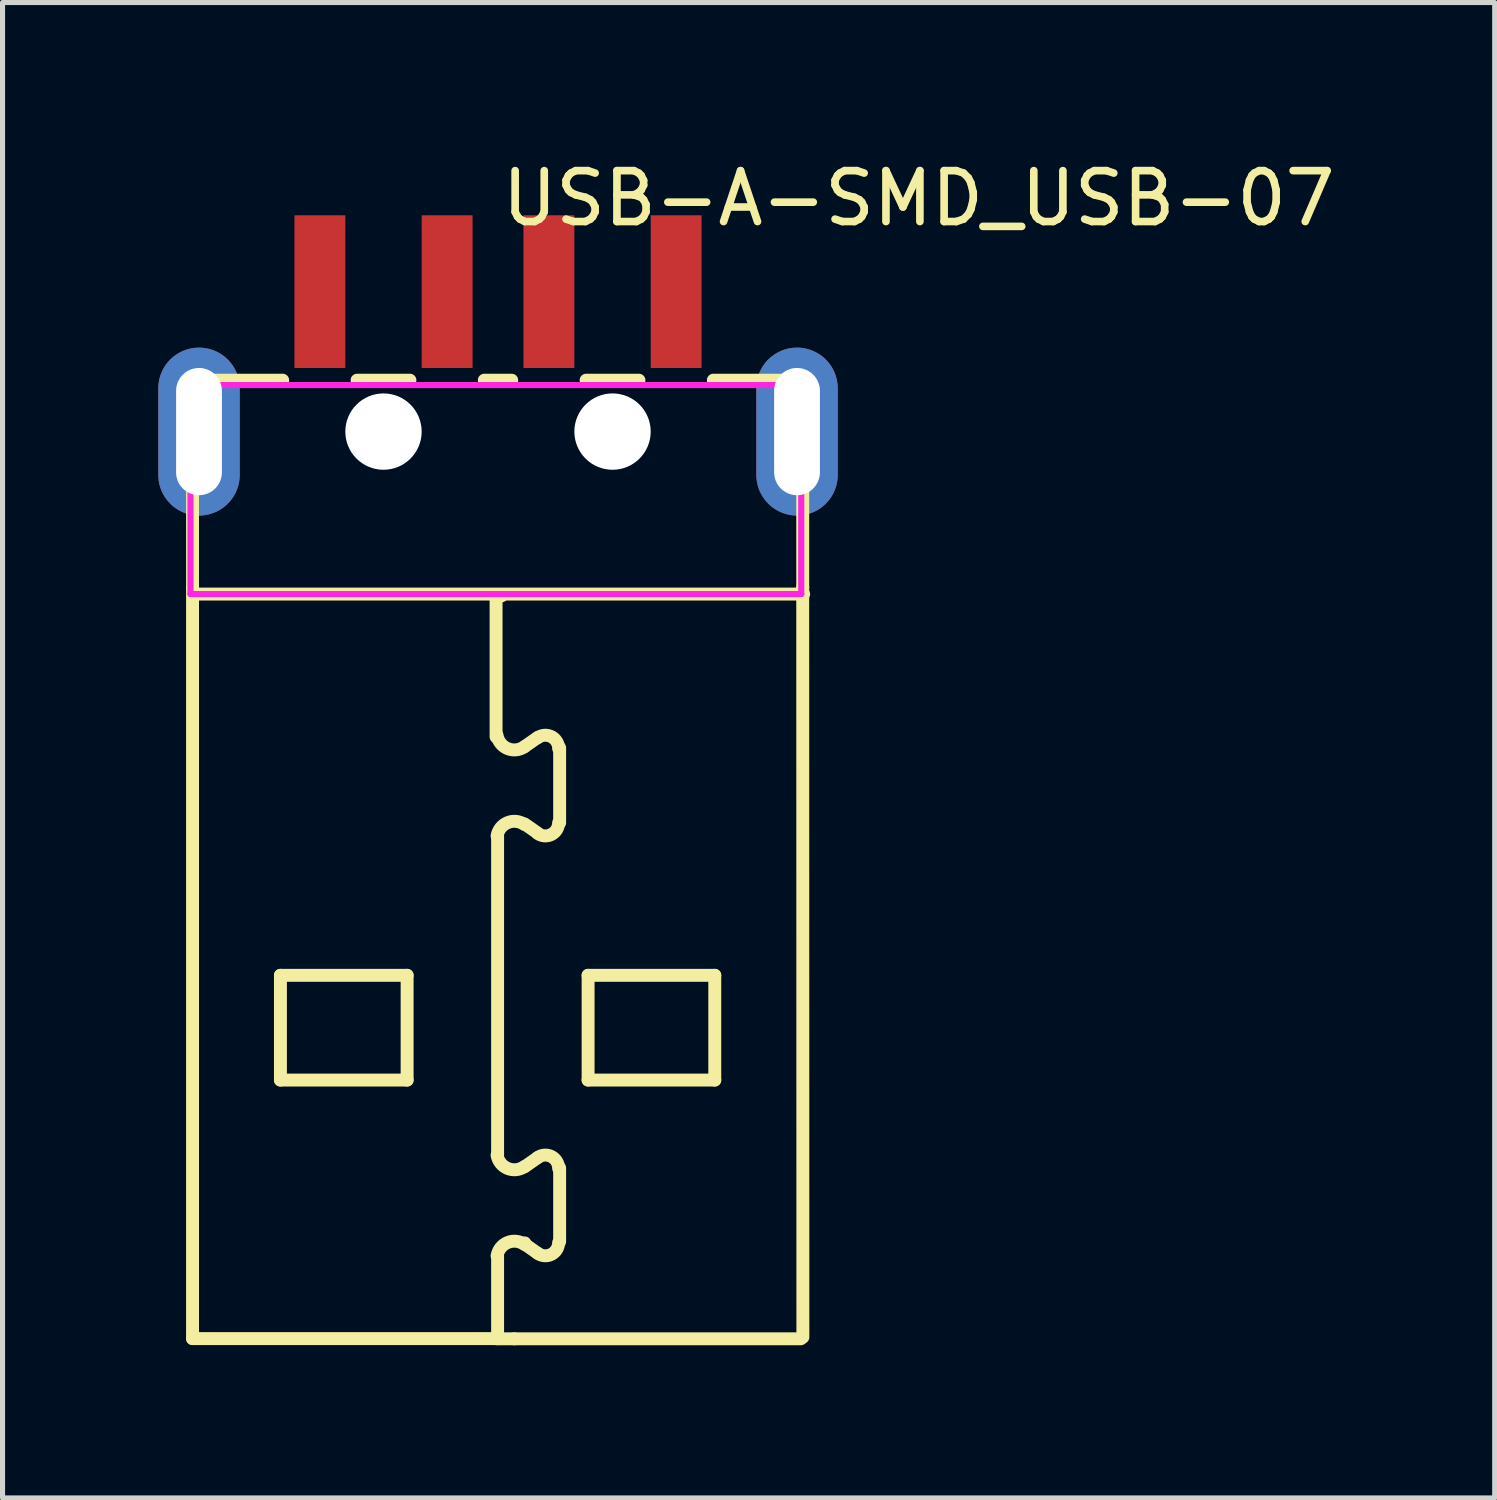
<source format=kicad_pcb>
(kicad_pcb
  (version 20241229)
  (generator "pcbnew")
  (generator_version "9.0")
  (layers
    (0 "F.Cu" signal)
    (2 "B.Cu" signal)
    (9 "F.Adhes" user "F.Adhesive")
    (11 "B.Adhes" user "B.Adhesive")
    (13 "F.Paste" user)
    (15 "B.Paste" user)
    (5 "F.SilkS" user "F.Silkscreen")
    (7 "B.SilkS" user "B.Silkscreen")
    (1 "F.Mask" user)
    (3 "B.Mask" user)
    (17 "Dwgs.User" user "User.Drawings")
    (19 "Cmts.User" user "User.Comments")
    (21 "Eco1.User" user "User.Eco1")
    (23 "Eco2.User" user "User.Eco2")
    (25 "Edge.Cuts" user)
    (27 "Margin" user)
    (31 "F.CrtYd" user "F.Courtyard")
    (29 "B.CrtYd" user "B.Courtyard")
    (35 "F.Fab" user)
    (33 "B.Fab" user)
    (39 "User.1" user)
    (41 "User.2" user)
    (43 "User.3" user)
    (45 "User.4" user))
  (footprint "USB-A-SMD_USB-07"
    (layer "F.Cu")
    (at 6.735 4.055)
    (property "Reference" "USB-A-SMD_USB-07" (at 0 -3.207 0) (layer "F.SilkS") (effects (font (size 1 1) (thickness 0.15)) (justify left)))
    (attr through_hole)
    (fp_line (start -6.096 0.365) (end -4.231 0.365) (stroke (width 0.254) (type solid)) (layer "F.SilkS"))
    (fp_line (start -6.096 0.672) (end -6.096 0.365) (stroke (width 0.254) (type solid)) (layer "F.SilkS"))
    (fp_line (start -6.002 2.533) (end -6.002 4.438) (stroke (width 0.254) (type solid)) (layer "F.SilkS"))
    (fp_line (start -6.002 19.196) (end -6.002 4.438) (stroke (width 0.254) (type solid)) (layer "F.SilkS"))
    (fp_line (start -5.984 4.567) (end 6.005 4.567) (stroke (width 0.254) (type solid)) (layer "F.SilkS"))
    (fp_line (start -4.275 12.058) (end -1.786 12.058) (stroke (width 0.254) (type solid)) (layer "F.SilkS"))
    (fp_line (start -4.275 14.116) (end -4.275 12.058) (stroke (width 0.254) (type solid)) (layer "F.SilkS"))
    (fp_line (start -2.769 0.365) (end -1.731 0.365) (stroke (width 0.254) (type solid)) (layer "F.SilkS"))
    (fp_line (start -1.786 12.058) (end -1.786 14.116) (stroke (width 0.254) (type solid)) (layer "F.SilkS"))
    (fp_line (start -1.786 14.116) (end -4.275 14.116) (stroke (width 0.254) (type solid)) (layer "F.SilkS"))
    (fp_line (start -0.269 0.365) (end 0.269 0.365) (stroke (width 0.254) (type solid)) (layer "F.SilkS"))
    (fp_line (start -0.038 4.599) (end -0.024 4.586) (stroke (width 0.254) (type solid)) (layer "F.SilkS"))
    (fp_line (start -0.038 7.373) (end -0.038 4.599) (stroke (width 0.254) (type solid)) (layer "F.SilkS"))
    (fp_line (start -0.02 19.2) (end 0.32 19.2) (stroke (width 0.254) (type solid)) (layer "F.SilkS"))
    (fp_line (start -0.008 15.589) (end -0.008 9.315) (stroke (width 0.254) (type solid)) (layer "F.SilkS"))
    (fp_line (start -0.008 19.196) (end -6.002 19.196) (stroke (width 0.254) (type solid)) (layer "F.SilkS"))
    (fp_line (start -0.008 19.196) (end -0.008 17.57) (stroke (width 0.254) (type solid)) (layer "F.SilkS"))
    (fp_line (start 0.03 4.603) (end 0.068 4.603) (stroke (width 0.254) (type solid)) (layer "F.SilkS"))
    (fp_line (start 0.32 19.2) (end 5.949 19.2) (stroke (width 0.254) (type solid)) (layer "F.SilkS"))
    (fp_line (start 0.526 17.341) (end 0.526 17.316) (stroke (width 0.254) (type solid)) (layer "F.SilkS"))
    (fp_line (start 0.78 7.385) (end 0.526 7.562) (stroke (width 0.254) (type solid)) (layer "F.SilkS"))
    (fp_line (start 0.78 9.264) (end 0.526 9.086) (stroke (width 0.254) (type solid)) (layer "F.SilkS"))
    (fp_line (start 0.78 15.64) (end 0.526 15.817) (stroke (width 0.254) (type solid)) (layer "F.SilkS"))
    (fp_line (start 0.78 17.519) (end 0.526 17.341) (stroke (width 0.254) (type solid)) (layer "F.SilkS"))
    (fp_line (start 1.211 7.588) (end 1.211 9.061) (stroke (width 0.254) (type solid)) (layer "F.SilkS"))
    (fp_line (start 1.211 15.843) (end 1.211 17.291) (stroke (width 0.254) (type solid)) (layer "F.SilkS"))
    (fp_line (start 1.731 0.365) (end 2.769 0.365) (stroke (width 0.254) (type solid)) (layer "F.SilkS"))
    (fp_line (start 1.77 12.058) (end 4.259 12.058) (stroke (width 0.254) (type solid)) (layer "F.SilkS"))
    (fp_line (start 1.77 14.116) (end 1.77 12.058) (stroke (width 0.254) (type solid)) (layer "F.SilkS"))
    (fp_line (start 4.231 0.365) (end 5.969 0.365) (stroke (width 0.254) (type solid)) (layer "F.SilkS"))
    (fp_line (start 4.259 12.058) (end 4.259 14.116) (stroke (width 0.254) (type solid)) (layer "F.SilkS"))
    (fp_line (start 4.259 14.116) (end 1.77 14.116) (stroke (width 0.254) (type solid)) (layer "F.SilkS"))
    (fp_line (start 5.969 0.365) (end 5.969 0.649) (stroke (width 0.254) (type solid)) (layer "F.SilkS"))
    (fp_line (start 5.987 2.533) (end 5.987 4.438) (stroke (width 0.254) (type solid)) (layer "F.SilkS"))
    (fp_line (start 5.987 4.438) (end 5.99 19.169) (stroke (width 0.254) (type solid)) (layer "F.SilkS"))
    (fp_arc (start -0.018323 9.319497) (mid 0.187673 9.058894) (end 0.518 9.094) (stroke (width 0.254) (type solid)) (layer "F.SilkS"))
    (fp_arc (start -0.018323 17.569497) (mid 0.187673 17.308894) (end 0.518 17.344) (stroke (width 0.254) (type solid)) (layer "F.SilkS"))
    (fp_arc (start 0.518 7.568) (mid 0.186827 7.602641) (end -0.019226 7.341073) (stroke (width 0.254) (type solid)) (layer "F.SilkS"))
    (fp_arc (start 0.518 15.817) (mid 0.187673 15.852107) (end -0.018323 15.591503) (stroke (width 0.254) (type solid)) (layer "F.SilkS"))
    (fp_arc (start 0.782159 7.387819) (mid 1.051211 7.370459) (end 1.191 7.601) (stroke (width 0.254) (type solid)) (layer "F.SilkS"))
    (fp_arc (start 0.782159 15.636819) (mid 1.051211 15.619459) (end 1.191 15.85) (stroke (width 0.254) (type solid)) (layer "F.SilkS"))
    (fp_arc (start 1.190928 9.06175) (mid 1.049859 9.290177) (end 0.782 9.272) (stroke (width 0.254) (type solid)) (layer "F.SilkS"))
    (fp_arc (start 1.190928 17.31175) (mid 1.049859 17.540177) (end 0.782 17.522) (stroke (width 0.254) (type solid)) (layer "F.SilkS"))
    (fp_poly (pts (xy -4 -2.875) (xy -4 0.125) (xy -3 0.125) (xy -3 -2.875)) (stroke (width 0.12) (type solid)) (fill yes) (layer "F.Paste"))
    (fp_poly (pts (xy -1.5 -2.875) (xy -1.5 0.125) (xy -0.5 0.125) (xy -0.5 -2.875)) (stroke (width 0.12) (type solid)) (fill yes) (layer "F.Paste"))
    (fp_poly (pts (xy 0.5 -2.875) (xy 0.5 0.125) (xy 1.5 0.125) (xy 1.5 -2.875)) (stroke (width 0.12) (type solid)) (fill yes) (layer "F.Paste"))
    (fp_poly (pts (xy 4 0.125) (xy 4 -2.875) (xy 3 -2.875) (xy 3 0.125)) (stroke (width 0.12) (type solid)) (fill yes) (layer "F.Paste"))
    (fp_poly (pts (xy -5.895 -0.275) (xy -5.935 -0.273) (xy -5.974 -0.269) (xy -6.014 -0.263) (xy -6.053 -0.255) (xy -6.092 -0.245) (xy -6.13 -0.233) (xy -6.167 -0.22) (xy -6.204 -0.204) (xy -6.24 -0.187) (xy -6.275 -0.168) (xy -6.309 -0.147) (xy -6.342 -0.125) (xy -6.374 -0.1) (xy -6.404 -0.075) (xy -6.433 -0.048) (xy -6.461 -0.019) (xy -6.488 0.011) (xy -6.513 0.042) (xy -6.536 0.074) (xy -6.558 0.108) (xy -6.577 0.142) (xy -6.596 0.178) (xy -6.612 0.214) (xy -6.627 0.251) (xy -6.639 0.289) (xy -6.65 0.328) (xy -6.659 0.367) (xy -6.666 0.406) (xy -6.671 0.445) (xy -6.674 0.485) (xy -6.675 0.525) (xy -6.675 2.225) (xy -6.674 2.265) (xy -6.671 2.305) (xy -6.666 2.344) (xy -6.659 2.384) (xy -6.65 2.422) (xy -6.639 2.461) (xy -6.627 2.499) (xy -6.612 2.536) (xy -6.596 2.572) (xy -6.577 2.608) (xy -6.558 2.642) (xy -6.536 2.676) (xy -6.513 2.708) (xy -6.488 2.739) (xy -6.461 2.769) (xy -6.433 2.798) (xy -6.404 2.825) (xy -6.374 2.851) (xy -6.342 2.875) (xy -6.309 2.897) (xy -6.275 2.918) (xy -6.24 2.937) (xy -6.204 2.954) (xy -6.167 2.97) (xy -6.13 2.983) (xy -6.092 2.995) (xy -6.053 3.005) (xy -6.014 3.013) (xy -5.974 3.019) (xy -5.935 3.023) (xy -5.895 3.025) (xy -5.855 3.025) (xy -5.815 3.023) (xy -5.775 3.019) (xy -5.736 3.013) (xy -5.697 3.005) (xy -5.658 2.995) (xy -5.62 2.983) (xy -5.583 2.97) (xy -5.546 2.954) (xy -5.51 2.937) (xy -5.475 2.918) (xy -5.441 2.897) (xy -5.408 2.875) (xy -5.376 2.851) (xy -5.346 2.825) (xy -5.316 2.798) (xy -5.288 2.769) (xy -5.262 2.739) (xy -5.237 2.708) (xy -5.214 2.676) (xy -5.192 2.642) (xy -5.172 2.608) (xy -5.154 2.572) (xy -5.138 2.536) (xy -5.123 2.499) (xy -5.11 2.461) (xy -5.1 2.422) (xy -5.091 2.384) (xy -5.084 2.344) (xy -5.079 2.305) (xy -5.076 2.265) (xy -5.075 2.225) (xy -5.075 0.525) (xy -5.076 0.485) (xy -5.079 0.445) (xy -5.084 0.406) (xy -5.091 0.367) (xy -5.1 0.328) (xy -5.11 0.289) (xy -5.123 0.251) (xy -5.138 0.214) (xy -5.154 0.178) (xy -5.172 0.142) (xy -5.192 0.108) (xy -5.214 0.074) (xy -5.237 0.042) (xy -5.262 0.011) (xy -5.288 -0.019) (xy -5.316 -0.048) (xy -5.346 -0.075) (xy -5.376 -0.1) (xy -5.408 -0.125) (xy -5.441 -0.147) (xy -5.475 -0.168) (xy -5.51 -0.187) (xy -5.546 -0.204) (xy -5.583 -0.22) (xy -5.62 -0.233) (xy -5.658 -0.245) (xy -5.697 -0.255) (xy -5.736 -0.263) (xy -5.775 -0.269) (xy -5.815 -0.273) (xy -5.855 -0.275)) (stroke (width 0.12) (type solid)) (fill yes) (layer "F.Paste"))
    (fp_poly (pts (xy 5.855 -0.275) (xy 5.815 -0.273) (xy 5.775 -0.269) (xy 5.736 -0.263) (xy 5.697 -0.255) (xy 5.658 -0.245) (xy 5.62 -0.233) (xy 5.583 -0.22) (xy 5.546 -0.204) (xy 5.51 -0.187) (xy 5.475 -0.168) (xy 5.441 -0.147) (xy 5.408 -0.125) (xy 5.376 -0.1) (xy 5.346 -0.075) (xy 5.316 -0.048) (xy 5.288 -0.019) (xy 5.262 0.011) (xy 5.237 0.042) (xy 5.214 0.074) (xy 5.192 0.108) (xy 5.172 0.142) (xy 5.154 0.178) (xy 5.138 0.214) (xy 5.123 0.251) (xy 5.11 0.289) (xy 5.1 0.328) (xy 5.091 0.367) (xy 5.084 0.406) (xy 5.079 0.445) (xy 5.076 0.485) (xy 5.075 0.525) (xy 5.075 2.225) (xy 5.076 2.265) (xy 5.079 2.305) (xy 5.084 2.344) (xy 5.091 2.384) (xy 5.1 2.422) (xy 5.11 2.461) (xy 5.123 2.499) (xy 5.138 2.536) (xy 5.154 2.572) (xy 5.172 2.608) (xy 5.192 2.642) (xy 5.214 2.676) (xy 5.237 2.708) (xy 5.262 2.739) (xy 5.288 2.769) (xy 5.316 2.798) (xy 5.346 2.825) (xy 5.376 2.851) (xy 5.408 2.875) (xy 5.441 2.897) (xy 5.475 2.918) (xy 5.51 2.937) (xy 5.546 2.954) (xy 5.583 2.97) (xy 5.62 2.983) (xy 5.658 2.995) (xy 5.697 3.005) (xy 5.736 3.013) (xy 5.775 3.019) (xy 5.815 3.023) (xy 5.855 3.025) (xy 5.895 3.025) (xy 5.935 3.023) (xy 5.974 3.019) (xy 6.014 3.013) (xy 6.053 3.005) (xy 6.092 2.995) (xy 6.13 2.983) (xy 6.167 2.97) (xy 6.204 2.954) (xy 6.24 2.937) (xy 6.275 2.918) (xy 6.309 2.897) (xy 6.342 2.875) (xy 6.374 2.851) (xy 6.404 2.825) (xy 6.433 2.798) (xy 6.461 2.769) (xy 6.488 2.739) (xy 6.513 2.708) (xy 6.536 2.676) (xy 6.558 2.642) (xy 6.577 2.608) (xy 6.596 2.572) (xy 6.612 2.536) (xy 6.627 2.499) (xy 6.639 2.461) (xy 6.65 2.422) (xy 6.659 2.384) (xy 6.666 2.344) (xy 6.671 2.305) (xy 6.674 2.265) (xy 6.675 2.225) (xy 6.675 0.525) (xy 6.674 0.485) (xy 6.671 0.445) (xy 6.666 0.406) (xy 6.659 0.367) (xy 6.65 0.328) (xy 6.639 0.289) (xy 6.627 0.251) (xy 6.612 0.214) (xy 6.596 0.178) (xy 6.577 0.142) (xy 6.558 0.108) (xy 6.536 0.074) (xy 6.513 0.042) (xy 6.488 0.011) (xy 6.461 -0.019) (xy 6.433 -0.048) (xy 6.404 -0.075) (xy 6.374 -0.1) (xy 6.342 -0.125) (xy 6.309 -0.147) (xy 6.275 -0.168) (xy 6.24 -0.187) (xy 6.204 -0.204) (xy 6.167 -0.22) (xy 6.13 -0.233) (xy 6.092 -0.245) (xy 6.053 -0.255) (xy 6.014 -0.263) (xy 5.974 -0.269) (xy 5.935 -0.273) (xy 5.895 -0.275)) (stroke (width 0.12) (type solid)) (fill yes) (layer "F.Paste"))
    (fp_circle (center -2.25 1.375) (end -2.062 1.375) (stroke (width 0.375) (type solid)) (fill no) (layer "Dwgs.User"))
    (fp_circle (center 2.25 1.375) (end 2.438 1.375) (stroke (width 0.375) (type solid)) (fill no) (layer "Dwgs.User"))
    (fp_line (start -3.8 -0.21) (end -3.2 -0.21) (stroke (width 0.12) (type solid)) (layer "Eco2.User"))
    (fp_line (start -3.8 0.49) (end -3.8 -0.21) (stroke (width 0.12) (type solid)) (layer "Eco2.User"))
    (fp_line (start -3.2 -0.21) (end -3.2 0.49) (stroke (width 0.12) (type solid)) (layer "Eco2.User"))
    (fp_line (start -3.2 0.49) (end -3.8 0.49) (stroke (width 0.12) (type solid)) (layer "Eco2.User"))
    (fp_line (start -1.3 -0.21) (end -0.7 -0.21) (stroke (width 0.12) (type solid)) (layer "Eco2.User"))
    (fp_line (start -1.3 0.49) (end -1.3 -0.21) (stroke (width 0.12) (type solid)) (layer "Eco2.User"))
    (fp_line (start -0.7 -0.21) (end -0.7 0.49) (stroke (width 0.12) (type solid)) (layer "Eco2.User"))
    (fp_line (start -0.7 0.49) (end -1.3 0.49) (stroke (width 0.12) (type solid)) (layer "Eco2.User"))
    (fp_line (start 0.7 -0.21) (end 1.3 -0.21) (stroke (width 0.12) (type solid)) (layer "Eco2.User"))
    (fp_line (start 0.7 0.49) (end 0.7 -0.21) (stroke (width 0.12) (type solid)) (layer "Eco2.User"))
    (fp_line (start 1.3 -0.21) (end 1.3 0.49) (stroke (width 0.12) (type solid)) (layer "Eco2.User"))
    (fp_line (start 1.3 0.49) (end 0.7 0.49) (stroke (width 0.12) (type solid)) (layer "Eco2.User"))
    (fp_line (start 3.2 -0.21) (end 3.8 -0.21) (stroke (width 0.12) (type solid)) (layer "Eco2.User"))
    (fp_line (start 3.2 0.49) (end 3.2 -0.21) (stroke (width 0.12) (type solid)) (layer "Eco2.User"))
    (fp_line (start 3.8 -0.21) (end 3.8 0.49) (stroke (width 0.12) (type solid)) (layer "Eco2.User"))
    (fp_line (start 3.8 0.49) (end 3.2 0.49) (stroke (width 0.12) (type solid)) (layer "Eco2.User"))
    (fp_circle (center 6.125 -1.139) (end 6.155 -1.139) (stroke (width 0.06) (type solid)) (fill no) (layer "Eco2.User"))
    (fp_poly (pts (xy -6.125 0.411) (xy -5.625 0.411) (xy -5.625 2.411) (xy -6.125 2.411)) (stroke (width 0.12) (type solid)) (fill no) (layer "Eco2.User"))
    (fp_poly (pts (xy -3.8 -1.139) (xy -3.2 -1.139) (xy -3.2 -0.139) (xy -3.8 -0.139)) (stroke (width 0.12) (type solid)) (fill no) (layer "Eco2.User"))
    (fp_poly (pts (xy -1.3 -1.139) (xy -0.7 -1.139) (xy -0.7 -0.139) (xy -1.3 -0.139)) (stroke (width 0.12) (type solid)) (fill no) (layer "Eco2.User"))
    (fp_poly (pts (xy 0.7 -1.139) (xy 1.3 -1.139) (xy 1.3 -0.139) (xy 0.7 -0.139)) (stroke (width 0.12) (type solid)) (fill no) (layer "Eco2.User"))
    (fp_poly (pts (xy 3.2 -1.139) (xy 3.8 -1.139) (xy 3.8 -0.139) (xy 3.2 -0.139)) (stroke (width 0.12) (type solid)) (fill no) (layer "Eco2.User"))
    (fp_poly (pts (xy 5.625 0.411) (xy 6.125 0.411) (xy 6.125 2.411) (xy 5.625 2.411)) (stroke (width 0.12) (type solid)) (fill no) (layer "Eco2.User"))
    (fp_line (start -6.042 0.461) (end 5.958 0.461) (stroke (width 0.12) (type solid)) (layer "F.CrtYd"))
    (fp_line (start -6.042 4.567) (end -6.042 0.461) (stroke (width 0.12) (type solid)) (layer "F.CrtYd"))
    (fp_line (start 5.958 0.461) (end 5.958 4.567) (stroke (width 0.12) (type solid)) (layer "F.CrtYd"))
    (fp_line (start 5.958 4.567) (end -6.042 4.567) (stroke (width 0.12) (type solid)) (layer "F.CrtYd"))
    (pad "" np_thru_hole circle (at -2.25 1.375) (size 1.5 1.5) (drill 1.5) (layers "*.Cu" "*.Mask"))
    (pad "" np_thru_hole circle (at 2.25 1.375) (size 1.5 1.5) (drill 1.5) (layers "*.Cu" "*.Mask"))
    (pad "1" smd rect (at 3.5 -1.375) (size 1 3) (layers "F.Cu" "F.Mask" "F.Paste"))
    (pad "2" smd rect (at 1 -1.375) (size 1 3) (layers "F.Cu" "F.Mask" "F.Paste"))
    (pad "3" smd rect (at -1 -1.375) (size 1 3) (layers "F.Cu" "F.Mask" "F.Paste"))
    (pad "4" smd rect (at -3.5 -1.375) (size 1 3) (layers "F.Cu" "F.Mask" "F.Paste"))
    (pad "5" thru_hole oval (at -5.875 1.375) (size 1.6 3.3) (drill oval 0.9 2.5) (layers "*.Cu" "*.Mask"))
    (pad "6" thru_hole oval (at 5.875 1.375) (size 1.6 3.3) (drill oval 0.9 2.5) (layers "*.Cu" "*.Mask")))
  (gr_rect
    (start -3 -3)
    (end 26.318 26.382)
    (stroke (width 0.1) (type default))
    (fill no)
    (layer "Edge.Cuts")))
</source>
